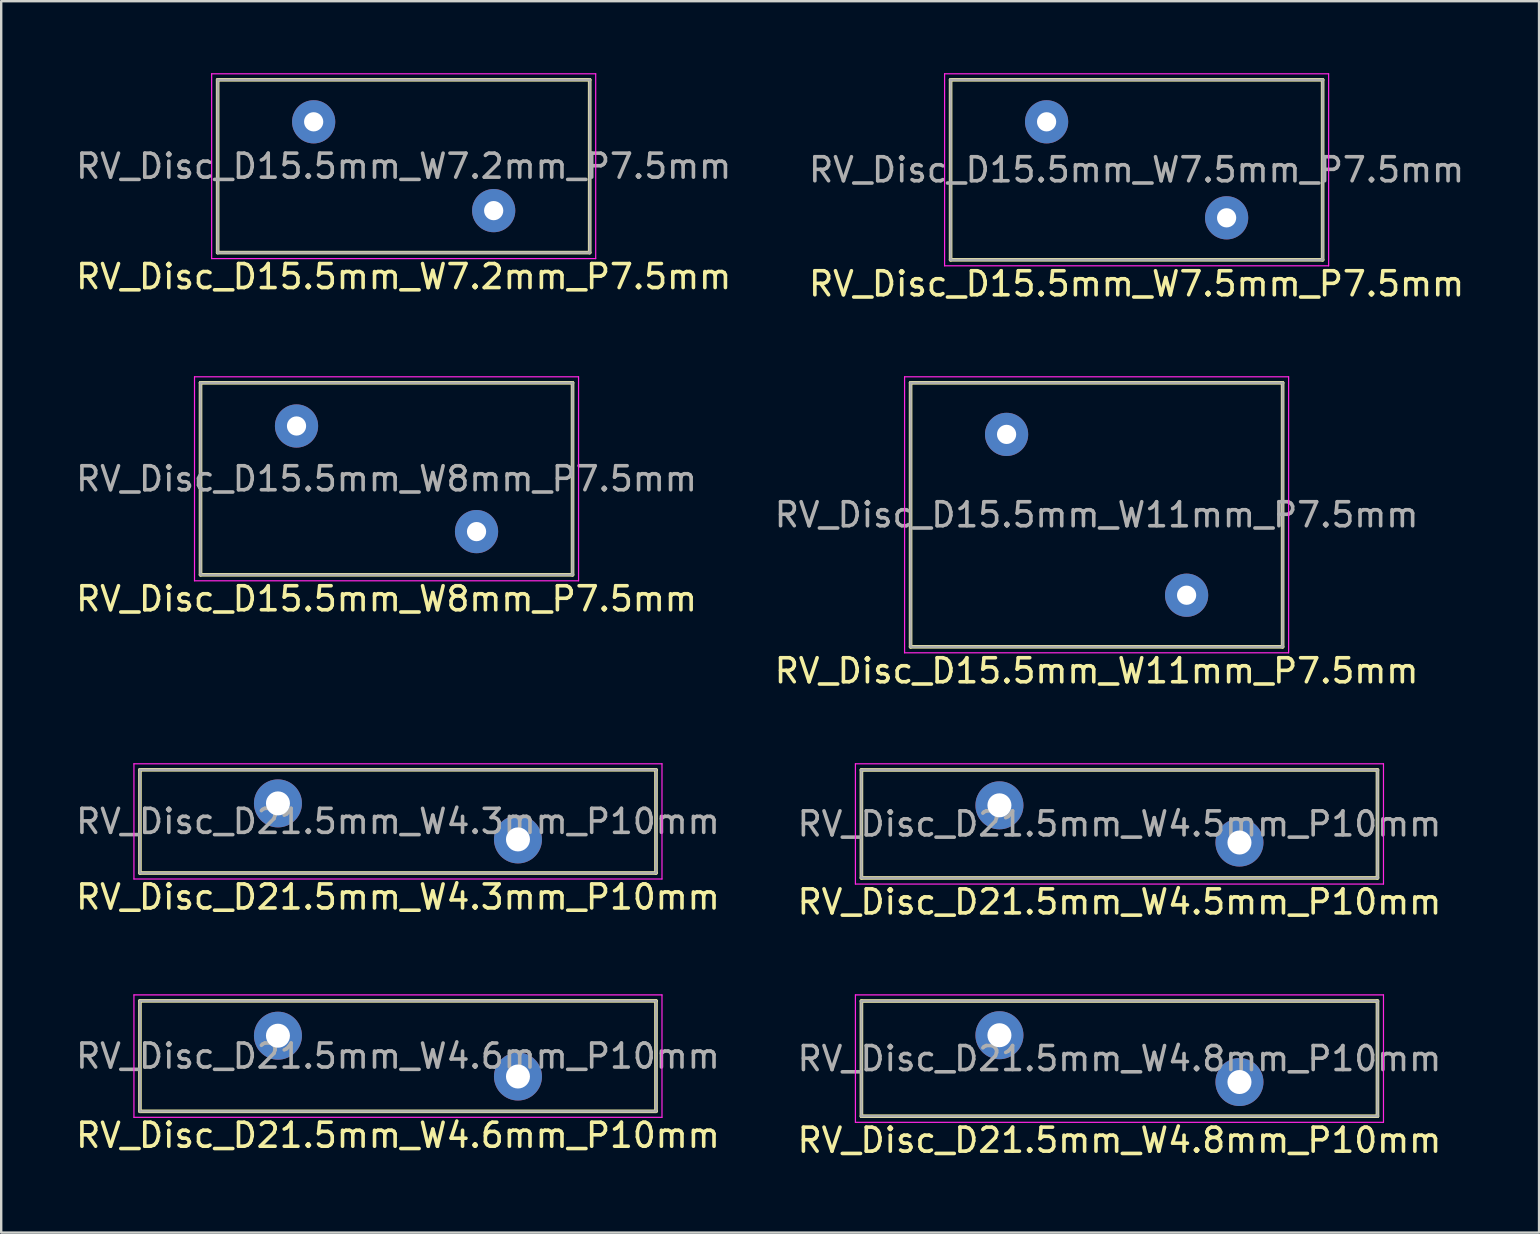
<source format=kicad_pcb>
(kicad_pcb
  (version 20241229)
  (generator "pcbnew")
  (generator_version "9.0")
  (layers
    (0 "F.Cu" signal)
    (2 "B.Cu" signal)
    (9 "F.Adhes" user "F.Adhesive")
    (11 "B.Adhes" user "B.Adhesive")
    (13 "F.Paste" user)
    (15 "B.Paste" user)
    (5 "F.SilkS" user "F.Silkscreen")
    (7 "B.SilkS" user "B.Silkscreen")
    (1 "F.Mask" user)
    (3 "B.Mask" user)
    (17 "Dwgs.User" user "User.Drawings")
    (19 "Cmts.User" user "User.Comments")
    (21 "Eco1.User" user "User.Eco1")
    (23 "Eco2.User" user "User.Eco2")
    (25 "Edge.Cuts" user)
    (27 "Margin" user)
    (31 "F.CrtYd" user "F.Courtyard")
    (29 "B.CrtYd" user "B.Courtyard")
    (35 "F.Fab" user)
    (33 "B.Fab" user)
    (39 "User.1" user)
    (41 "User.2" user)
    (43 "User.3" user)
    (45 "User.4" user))
  (footprint "RV_Disc_D21.5mm_W4.5mm_P10mm"
    (layer "F.Cu")
    (at 38.589 30.502)
    (property "Reference" "RV_Disc_D21.5mm_W4.5mm_P10mm" (at 5 4.025 0) (layer "F.SilkS") (effects (font (size 1 1) (thickness 0.15))))
    (attr through_hole)
    (fp_line (start -5.75 -1.475) (end -5.75 3.025) (stroke (width 0.15) (type solid)) (layer "F.SilkS"))
    (fp_line (start -5.75 -1.475) (end 15.75 -1.475) (stroke (width 0.15) (type solid)) (layer "F.SilkS"))
    (fp_line (start -5.75 3.025) (end 15.75 3.025) (stroke (width 0.15) (type solid)) (layer "F.SilkS"))
    (fp_line (start 15.75 -1.475) (end 15.75 3.025) (stroke (width 0.15) (type solid)) (layer "F.SilkS"))
    (fp_line (start -6 -1.73) (end -6 3.28) (stroke (width 0.05) (type solid)) (layer "F.CrtYd"))
    (fp_line (start -6 -1.73) (end 16 -1.73) (stroke (width 0.05) (type solid)) (layer "F.CrtYd"))
    (fp_line (start -6 3.28) (end 16 3.28) (stroke (width 0.05) (type solid)) (layer "F.CrtYd"))
    (fp_line (start 16 -1.73) (end 16 3.28) (stroke (width 0.05) (type solid)) (layer "F.CrtYd"))
    (fp_line (start -5.75 -1.475) (end -5.75 3.025) (stroke (width 0.1) (type solid)) (layer "F.Fab"))
    (fp_line (start -5.75 -1.475) (end 15.75 -1.475) (stroke (width 0.1) (type solid)) (layer "F.Fab"))
    (fp_line (start -5.75 3.025) (end 15.75 3.025) (stroke (width 0.1) (type solid)) (layer "F.Fab"))
    (fp_line (start 15.75 -1.475) (end 15.75 3.025) (stroke (width 0.1) (type solid)) (layer "F.Fab"))
    (fp_text user "${REFERENCE}" (at 5 0.775 0) (layer "F.Fab") (effects (font (size 1 1) (thickness 0.15))))
    (pad "1" thru_hole circle (at 0 0) (size 2 2) (drill 1) (layers "*.Cu" "*.Mask"))
    (pad "2" thru_hole circle (at 10 1.55) (size 2 2) (drill 1) (layers "*.Cu" "*.Mask")))
  (footprint "RV_Disc_D21.5mm_W4.3mm_P10mm"
    (layer "F.Cu")
    (at 8.53 30.422)
    (property "Reference" "RV_Disc_D21.5mm_W4.3mm_P10mm" (at 5 3.9 0) (layer "F.SilkS") (effects (font (size 1 1) (thickness 0.15))))
    (attr through_hole)
    (fp_line (start -5.75 -1.4) (end -5.75 2.9) (stroke (width 0.15) (type solid)) (layer "F.SilkS"))
    (fp_line (start -5.75 -1.4) (end 15.75 -1.4) (stroke (width 0.15) (type solid)) (layer "F.SilkS"))
    (fp_line (start -5.75 2.9) (end 15.75 2.9) (stroke (width 0.15) (type solid)) (layer "F.SilkS"))
    (fp_line (start 15.75 -1.4) (end 15.75 2.9) (stroke (width 0.15) (type solid)) (layer "F.SilkS"))
    (fp_line (start -6 -1.65) (end -6 3.15) (stroke (width 0.05) (type solid)) (layer "F.CrtYd"))
    (fp_line (start -6 -1.65) (end 16 -1.65) (stroke (width 0.05) (type solid)) (layer "F.CrtYd"))
    (fp_line (start -6 3.15) (end 16 3.15) (stroke (width 0.05) (type solid)) (layer "F.CrtYd"))
    (fp_line (start 16 -1.65) (end 16 3.15) (stroke (width 0.05) (type solid)) (layer "F.CrtYd"))
    (fp_line (start -5.75 -1.4) (end -5.75 2.9) (stroke (width 0.1) (type solid)) (layer "F.Fab"))
    (fp_line (start -5.75 -1.4) (end 15.75 -1.4) (stroke (width 0.1) (type solid)) (layer "F.Fab"))
    (fp_line (start -5.75 2.9) (end 15.75 2.9) (stroke (width 0.1) (type solid)) (layer "F.Fab"))
    (fp_line (start 15.75 -1.4) (end 15.75 2.9) (stroke (width 0.1) (type solid)) (layer "F.Fab"))
    (fp_text user "${REFERENCE}" (at 5 0.75 0) (layer "F.Fab") (effects (font (size 1 1) (thickness 0.15))))
    (pad "1" thru_hole circle (at 0 0) (size 2 2) (drill 1) (layers "*.Cu" "*.Mask"))
    (pad "2" thru_hole circle (at 10 1.5) (size 2 2) (drill 1) (layers "*.Cu" "*.Mask")))
  (footprint "RV_Disc_D21.5mm_W4.8mm_P10mm"
    (layer "F.Cu")
    (at 38.589 40.08)
    (property "Reference" "RV_Disc_D21.5mm_W4.8mm_P10mm" (at 5 4.375 0) (layer "F.SilkS") (effects (font (size 1 1) (thickness 0.15))))
    (attr through_hole)
    (fp_line (start -5.75 -1.425) (end -5.75 3.375) (stroke (width 0.15) (type solid)) (layer "F.SilkS"))
    (fp_line (start -5.75 -1.425) (end 15.75 -1.425) (stroke (width 0.15) (type solid)) (layer "F.SilkS"))
    (fp_line (start -5.75 3.375) (end 15.75 3.375) (stroke (width 0.15) (type solid)) (layer "F.SilkS"))
    (fp_line (start 15.75 -1.425) (end 15.75 3.375) (stroke (width 0.15) (type solid)) (layer "F.SilkS"))
    (fp_line (start -6 -1.68) (end -6 3.63) (stroke (width 0.05) (type solid)) (layer "F.CrtYd"))
    (fp_line (start -6 -1.68) (end 16 -1.68) (stroke (width 0.05) (type solid)) (layer "F.CrtYd"))
    (fp_line (start -6 3.63) (end 16 3.63) (stroke (width 0.05) (type solid)) (layer "F.CrtYd"))
    (fp_line (start 16 -1.68) (end 16 3.63) (stroke (width 0.05) (type solid)) (layer "F.CrtYd"))
    (fp_line (start -5.75 -1.425) (end -5.75 3.375) (stroke (width 0.1) (type solid)) (layer "F.Fab"))
    (fp_line (start -5.75 -1.425) (end 15.75 -1.425) (stroke (width 0.1) (type solid)) (layer "F.Fab"))
    (fp_line (start -5.75 3.375) (end 15.75 3.375) (stroke (width 0.1) (type solid)) (layer "F.Fab"))
    (fp_line (start 15.75 -1.425) (end 15.75 3.375) (stroke (width 0.1) (type solid)) (layer "F.Fab"))
    (fp_text user "${REFERENCE}" (at 5 0.975 0) (layer "F.Fab") (effects (font (size 1 1) (thickness 0.15))))
    (pad "1" thru_hole circle (at 0 0) (size 2 2) (drill 1) (layers "*.Cu" "*.Mask"))
    (pad "2" thru_hole circle (at 10 1.95) (size 2 2) (drill 1) (layers "*.Cu" "*.Mask")))
  (footprint "RV_Disc_D15.5mm_W7.2mm_P7.5mm"
    (layer "F.Cu")
    (at 10.018 2.025)
    (property "Reference" "RV_Disc_D15.5mm_W7.2mm_P7.5mm" (at 3.75 6.45 0) (layer "F.SilkS") (effects (font (size 1 1) (thickness 0.15))))
    (attr through_hole)
    (fp_line (start -4 -1.75) (end -4 5.45) (stroke (width 0.15) (type solid)) (layer "F.SilkS"))
    (fp_line (start -4 -1.75) (end 11.5 -1.75) (stroke (width 0.15) (type solid)) (layer "F.SilkS"))
    (fp_line (start -4 5.45) (end 11.5 5.45) (stroke (width 0.15) (type solid)) (layer "F.SilkS"))
    (fp_line (start 11.5 -1.75) (end 11.5 5.45) (stroke (width 0.15) (type solid)) (layer "F.SilkS"))
    (fp_line (start -4.25 -2) (end -4.25 5.7) (stroke (width 0.05) (type solid)) (layer "F.CrtYd"))
    (fp_line (start -4.25 -2) (end 11.75 -2) (stroke (width 0.05) (type solid)) (layer "F.CrtYd"))
    (fp_line (start -4.25 5.7) (end 11.75 5.7) (stroke (width 0.05) (type solid)) (layer "F.CrtYd"))
    (fp_line (start 11.75 -2) (end 11.75 5.7) (stroke (width 0.05) (type solid)) (layer "F.CrtYd"))
    (fp_line (start -4 -1.75) (end -4 5.45) (stroke (width 0.1) (type solid)) (layer "F.Fab"))
    (fp_line (start -4 -1.75) (end 11.5 -1.75) (stroke (width 0.1) (type solid)) (layer "F.Fab"))
    (fp_line (start -4 5.45) (end 11.5 5.45) (stroke (width 0.1) (type solid)) (layer "F.Fab"))
    (fp_line (start 11.5 -1.75) (end 11.5 5.45) (stroke (width 0.1) (type solid)) (layer "F.Fab"))
    (fp_text user "${REFERENCE}" (at 3.75 1.85 0) (layer "F.Fab") (effects (font (size 1 1) (thickness 0.15))))
    (pad "1" thru_hole circle (at 0 0) (size 1.8 1.8) (drill 0.8) (layers "*.Cu" "*.Mask"))
    (pad "2" thru_hole circle (at 7.5 3.7) (size 1.8 1.8) (drill 0.8) (layers "*.Cu" "*.Mask")))
  (footprint "RV_Disc_D15.5mm_W8mm_P7.5mm"
    (layer "F.Cu")
    (at 9.304 14.698)
    (property "Reference" "RV_Disc_D15.5mm_W8mm_P7.5mm" (at 3.75 7.2 0) (layer "F.SilkS") (effects (font (size 1 1) (thickness 0.15))))
    (attr through_hole)
    (fp_line (start -4 -1.8) (end -4 6.2) (stroke (width 0.15) (type solid)) (layer "F.SilkS"))
    (fp_line (start -4 -1.8) (end 11.5 -1.8) (stroke (width 0.15) (type solid)) (layer "F.SilkS"))
    (fp_line (start -4 6.2) (end 11.5 6.2) (stroke (width 0.15) (type solid)) (layer "F.SilkS"))
    (fp_line (start 11.5 -1.8) (end 11.5 6.2) (stroke (width 0.15) (type solid)) (layer "F.SilkS"))
    (fp_line (start -4.25 -2.05) (end -4.25 6.45) (stroke (width 0.05) (type solid)) (layer "F.CrtYd"))
    (fp_line (start -4.25 -2.05) (end 11.75 -2.05) (stroke (width 0.05) (type solid)) (layer "F.CrtYd"))
    (fp_line (start -4.25 6.45) (end 11.75 6.45) (stroke (width 0.05) (type solid)) (layer "F.CrtYd"))
    (fp_line (start 11.75 -2.05) (end 11.75 6.45) (stroke (width 0.05) (type solid)) (layer "F.CrtYd"))
    (fp_line (start -4 -1.8) (end -4 6.2) (stroke (width 0.1) (type solid)) (layer "F.Fab"))
    (fp_line (start -4 -1.8) (end 11.5 -1.8) (stroke (width 0.1) (type solid)) (layer "F.Fab"))
    (fp_line (start -4 6.2) (end 11.5 6.2) (stroke (width 0.1) (type solid)) (layer "F.Fab"))
    (fp_line (start 11.5 -1.8) (end 11.5 6.2) (stroke (width 0.1) (type solid)) (layer "F.Fab"))
    (fp_text user "${REFERENCE}" (at 3.75 2.2 0) (layer "F.Fab") (effects (font (size 1 1) (thickness 0.15))))
    (pad "1" thru_hole circle (at 0 0) (size 1.8 1.8) (drill 0.8) (layers "*.Cu" "*.Mask"))
    (pad "2" thru_hole circle (at 7.5 4.4) (size 1.8 1.8) (drill 0.8) (layers "*.Cu" "*.Mask")))
  (footprint "RV_Disc_D15.5mm_W11mm_P7.5mm"
    (layer "F.Cu")
    (at 38.887 15.048)
    (property "Reference" "RV_Disc_D15.5mm_W11mm_P7.5mm" (at 3.75 9.85 0) (layer "F.SilkS") (effects (font (size 1 1) (thickness 0.15))))
    (attr through_hole)
    (fp_line (start -4 -2.15) (end -4 8.85) (stroke (width 0.15) (type solid)) (layer "F.SilkS"))
    (fp_line (start -4 -2.15) (end 11.5 -2.15) (stroke (width 0.15) (type solid)) (layer "F.SilkS"))
    (fp_line (start -4 8.85) (end 11.5 8.85) (stroke (width 0.15) (type solid)) (layer "F.SilkS"))
    (fp_line (start 11.5 -2.15) (end 11.5 8.85) (stroke (width 0.15) (type solid)) (layer "F.SilkS"))
    (fp_line (start -4.25 -2.4) (end -4.25 9.1) (stroke (width 0.05) (type solid)) (layer "F.CrtYd"))
    (fp_line (start -4.25 -2.4) (end 11.75 -2.4) (stroke (width 0.05) (type solid)) (layer "F.CrtYd"))
    (fp_line (start -4.25 9.1) (end 11.75 9.1) (stroke (width 0.05) (type solid)) (layer "F.CrtYd"))
    (fp_line (start 11.75 -2.4) (end 11.75 9.1) (stroke (width 0.05) (type solid)) (layer "F.CrtYd"))
    (fp_line (start -4 -2.15) (end -4 8.85) (stroke (width 0.1) (type solid)) (layer "F.Fab"))
    (fp_line (start -4 -2.15) (end 11.5 -2.15) (stroke (width 0.1) (type solid)) (layer "F.Fab"))
    (fp_line (start -4 8.85) (end 11.5 8.85) (stroke (width 0.1) (type solid)) (layer "F.Fab"))
    (fp_line (start 11.5 -2.15) (end 11.5 8.85) (stroke (width 0.1) (type solid)) (layer "F.Fab"))
    (fp_text user "${REFERENCE}" (at 3.75 3.35 0) (layer "F.Fab") (effects (font (size 1 1) (thickness 0.15))))
    (pad "1" thru_hole circle (at 0 0) (size 1.8 1.8) (drill 0.8) (layers "*.Cu" "*.Mask"))
    (pad "2" thru_hole circle (at 7.5 6.7) (size 1.8 1.8) (drill 0.8) (layers "*.Cu" "*.Mask")))
  (footprint "RV_Disc_D15.5mm_W7.5mm_P7.5mm"
    (layer "F.Cu")
    (at 40.554 2.025)
    (property "Reference" "RV_Disc_D15.5mm_W7.5mm_P7.5mm" (at 3.75 6.75 0) (layer "F.SilkS") (effects (font (size 1 1) (thickness 0.15))))
    (attr through_hole)
    (fp_line (start -4 -1.75) (end -4 5.75) (stroke (width 0.15) (type solid)) (layer "F.SilkS"))
    (fp_line (start -4 -1.75) (end 11.5 -1.75) (stroke (width 0.15) (type solid)) (layer "F.SilkS"))
    (fp_line (start -4 5.75) (end 11.5 5.75) (stroke (width 0.15) (type solid)) (layer "F.SilkS"))
    (fp_line (start 11.5 -1.75) (end 11.5 5.75) (stroke (width 0.15) (type solid)) (layer "F.SilkS"))
    (fp_line (start -4.25 -2) (end -4.25 6) (stroke (width 0.05) (type solid)) (layer "F.CrtYd"))
    (fp_line (start -4.25 -2) (end 11.75 -2) (stroke (width 0.05) (type solid)) (layer "F.CrtYd"))
    (fp_line (start -4.25 6) (end 11.75 6) (stroke (width 0.05) (type solid)) (layer "F.CrtYd"))
    (fp_line (start 11.75 -2) (end 11.75 6) (stroke (width 0.05) (type solid)) (layer "F.CrtYd"))
    (fp_line (start -4 -1.75) (end -4 5.75) (stroke (width 0.1) (type solid)) (layer "F.Fab"))
    (fp_line (start -4 -1.75) (end 11.5 -1.75) (stroke (width 0.1) (type solid)) (layer "F.Fab"))
    (fp_line (start -4 5.75) (end 11.5 5.75) (stroke (width 0.1) (type solid)) (layer "F.Fab"))
    (fp_line (start 11.5 -1.75) (end 11.5 5.75) (stroke (width 0.1) (type solid)) (layer "F.Fab"))
    (fp_text user "${REFERENCE}" (at 3.75 2 0) (layer "F.Fab") (effects (font (size 1 1) (thickness 0.15))))
    (pad "1" thru_hole circle (at 0 0) (size 1.8 1.8) (drill 0.8) (layers "*.Cu" "*.Mask"))
    (pad "2" thru_hole circle (at 7.5 4) (size 1.8 1.8) (drill 0.8) (layers "*.Cu" "*.Mask")))
  (footprint "RV_Disc_D21.5mm_W4.6mm_P10mm"
    (layer "F.Cu")
    (at 8.53 40.1)
    (property "Reference" "RV_Disc_D21.5mm_W4.6mm_P10mm" (at 5 4.15 0) (layer "F.SilkS") (effects (font (size 1 1) (thickness 0.15))))
    (attr through_hole)
    (fp_line (start -5.75 -1.45) (end -5.75 3.15) (stroke (width 0.15) (type solid)) (layer "F.SilkS"))
    (fp_line (start -5.75 -1.45) (end 15.75 -1.45) (stroke (width 0.15) (type solid)) (layer "F.SilkS"))
    (fp_line (start -5.75 3.15) (end 15.75 3.15) (stroke (width 0.15) (type solid)) (layer "F.SilkS"))
    (fp_line (start 15.75 -1.45) (end 15.75 3.15) (stroke (width 0.15) (type solid)) (layer "F.SilkS"))
    (fp_line (start -6 -1.7) (end -6 3.4) (stroke (width 0.05) (type solid)) (layer "F.CrtYd"))
    (fp_line (start -6 -1.7) (end 16 -1.7) (stroke (width 0.05) (type solid)) (layer "F.CrtYd"))
    (fp_line (start -6 3.4) (end 16 3.4) (stroke (width 0.05) (type solid)) (layer "F.CrtYd"))
    (fp_line (start 16 -1.7) (end 16 3.4) (stroke (width 0.05) (type solid)) (layer "F.CrtYd"))
    (fp_line (start -5.75 -1.45) (end -5.75 3.15) (stroke (width 0.1) (type solid)) (layer "F.Fab"))
    (fp_line (start -5.75 -1.45) (end 15.75 -1.45) (stroke (width 0.1) (type solid)) (layer "F.Fab"))
    (fp_line (start -5.75 3.15) (end 15.75 3.15) (stroke (width 0.1) (type solid)) (layer "F.Fab"))
    (fp_line (start 15.75 -1.45) (end 15.75 3.15) (stroke (width 0.1) (type solid)) (layer "F.Fab"))
    (fp_text user "${REFERENCE}" (at 5 0.85 0) (layer "F.Fab") (effects (font (size 1 1) (thickness 0.15))))
    (pad "1" thru_hole circle (at 0 0) (size 2 2) (drill 1) (layers "*.Cu" "*.Mask"))
    (pad "2" thru_hole circle (at 10 1.7) (size 2 2) (drill 1) (layers "*.Cu" "*.Mask")))
  (gr_rect
    (start -3 -3)
    (end 61.071 48.303)
    (stroke (width 0.1) (type default))
    (fill no)
    (layer "Edge.Cuts")))
</source>
